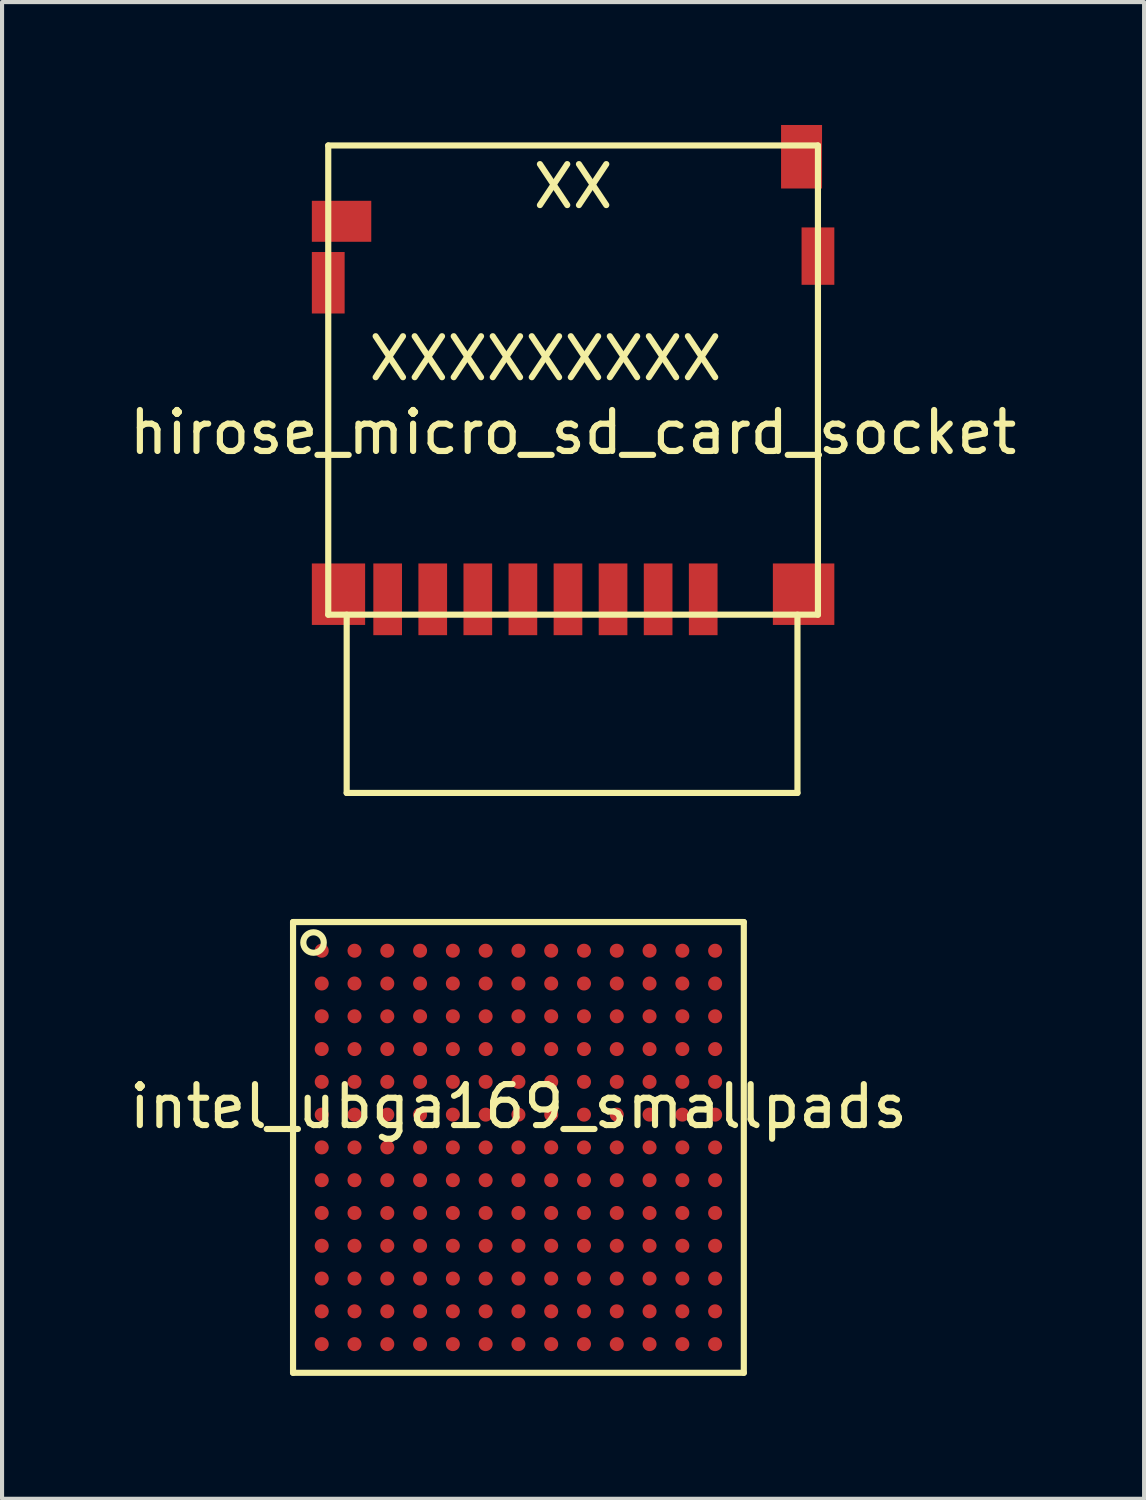
<source format=kicad_pcb>
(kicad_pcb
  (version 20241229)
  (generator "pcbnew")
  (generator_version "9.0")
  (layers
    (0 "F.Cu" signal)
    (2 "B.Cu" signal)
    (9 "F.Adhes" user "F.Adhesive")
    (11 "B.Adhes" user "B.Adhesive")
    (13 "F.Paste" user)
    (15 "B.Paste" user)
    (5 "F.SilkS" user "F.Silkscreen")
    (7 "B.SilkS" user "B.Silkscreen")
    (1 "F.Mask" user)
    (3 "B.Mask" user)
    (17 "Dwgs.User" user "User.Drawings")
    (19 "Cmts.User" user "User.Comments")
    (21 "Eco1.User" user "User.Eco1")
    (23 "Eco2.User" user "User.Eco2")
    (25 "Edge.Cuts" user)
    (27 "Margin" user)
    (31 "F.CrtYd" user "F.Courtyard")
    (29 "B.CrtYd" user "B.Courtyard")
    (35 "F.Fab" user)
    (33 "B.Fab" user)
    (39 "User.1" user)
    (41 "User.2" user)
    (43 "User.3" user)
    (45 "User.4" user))
  (footprint "intel_ubga169_smallpads"
    (layer "F.Cu")
    (at 9.601 24.95)
    (property "Reference" "intel_ubga169_smallpads" (at 0 -1 0) (layer "F.SilkS") (effects (font (size 1 1) (thickness 0.15))))
    (attr through_hole)
    (fp_line (start -5.5 -5.5) (end -5.5 5.5) (stroke (width 0.15) (type solid)) (layer "F.SilkS"))
    (fp_line (start -5.5 5.5) (end 5.5 5.5) (stroke (width 0.15) (type solid)) (layer "F.SilkS"))
    (fp_line (start 5.5 -5.5) (end -5.5 -5.5) (stroke (width 0.15) (type solid)) (layer "F.SilkS"))
    (fp_line (start 5.5 5.5) (end 5.5 -5.5) (stroke (width 0.15) (type solid)) (layer "F.SilkS"))
    (fp_circle (center -5 -5) (end -5 -4.75) (stroke (width 0.15) (type solid)) (fill no) (layer "F.SilkS"))
    (pad "A1" smd circle (at -4.8 -4.8) (size 0.342 0.342) (layers "F.Cu" "F.Mask" "F.Paste"))
    (pad "A2" smd circle (at -4 -4.8) (size 0.342 0.342) (layers "F.Cu" "F.Mask" "F.Paste"))
    (pad "A3" smd circle (at -3.2 -4.8) (size 0.342 0.342) (layers "F.Cu" "F.Mask" "F.Paste"))
    (pad "A4" smd circle (at -2.4 -4.8) (size 0.342 0.342) (layers "F.Cu" "F.Mask" "F.Paste"))
    (pad "A5" smd circle (at -1.6 -4.8) (size 0.342 0.342) (layers "F.Cu" "F.Mask" "F.Paste"))
    (pad "A6" smd circle (at -0.8 -4.8) (size 0.342 0.342) (layers "F.Cu" "F.Mask" "F.Paste"))
    (pad "A7" smd circle (at 0 -4.8) (size 0.342 0.342) (layers "F.Cu" "F.Mask" "F.Paste"))
    (pad "A8" smd circle (at 0.8 -4.8) (size 0.342 0.342) (layers "F.Cu" "F.Mask" "F.Paste"))
    (pad "A9" smd circle (at 1.6 -4.8) (size 0.342 0.342) (layers "F.Cu" "F.Mask" "F.Paste"))
    (pad "A10" smd circle (at 2.4 -4.8) (size 0.342 0.342) (layers "F.Cu" "F.Mask" "F.Paste"))
    (pad "A11" smd circle (at 3.2 -4.8) (size 0.342 0.342) (layers "F.Cu" "F.Mask" "F.Paste"))
    (pad "A12" smd circle (at 4 -4.8) (size 0.342 0.342) (layers "F.Cu" "F.Mask" "F.Paste"))
    (pad "A13" smd circle (at 4.8 -4.8) (size 0.342 0.342) (layers "F.Cu" "F.Mask" "F.Paste"))
    (pad "B1" smd circle (at -4.8 -4) (size 0.342 0.342) (layers "F.Cu" "F.Mask" "F.Paste"))
    (pad "B2" smd circle (at -4 -4) (size 0.342 0.342) (layers "F.Cu" "F.Mask" "F.Paste"))
    (pad "B3" smd circle (at -3.2 -4) (size 0.342 0.342) (layers "F.Cu" "F.Mask" "F.Paste"))
    (pad "B4" smd circle (at -2.4 -4) (size 0.342 0.342) (layers "F.Cu" "F.Mask" "F.Paste"))
    (pad "B5" smd circle (at -1.6 -4) (size 0.342 0.342) (layers "F.Cu" "F.Mask" "F.Paste"))
    (pad "B6" smd circle (at -0.8 -4) (size 0.342 0.342) (layers "F.Cu" "F.Mask" "F.Paste"))
    (pad "B7" smd circle (at 0 -4) (size 0.342 0.342) (layers "F.Cu" "F.Mask" "F.Paste"))
    (pad "B8" smd circle (at 0.8 -4) (size 0.342 0.342) (layers "F.Cu" "F.Mask" "F.Paste"))
    (pad "B9" smd circle (at 1.6 -4) (size 0.342 0.342) (layers "F.Cu" "F.Mask" "F.Paste"))
    (pad "B10" smd circle (at 2.4 -4) (size 0.342 0.342) (layers "F.Cu" "F.Mask" "F.Paste"))
    (pad "B11" smd circle (at 3.2 -4) (size 0.342 0.342) (layers "F.Cu" "F.Mask" "F.Paste"))
    (pad "B12" smd circle (at 4 -4) (size 0.342 0.342) (layers "F.Cu" "F.Mask" "F.Paste"))
    (pad "B13" smd circle (at 4.8 -4) (size 0.342 0.342) (layers "F.Cu" "F.Mask" "F.Paste"))
    (pad "C1" smd circle (at -4.8 -3.2) (size 0.342 0.342) (layers "F.Cu" "F.Mask" "F.Paste"))
    (pad "C2" smd circle (at -4 -3.2) (size 0.342 0.342) (layers "F.Cu" "F.Mask" "F.Paste"))
    (pad "C3" smd circle (at -3.2 -3.2) (size 0.342 0.342) (layers "F.Cu" "F.Mask" "F.Paste"))
    (pad "C4" smd circle (at -2.4 -3.2) (size 0.342 0.342) (layers "F.Cu" "F.Mask" "F.Paste"))
    (pad "C5" smd circle (at -1.6 -3.2) (size 0.342 0.342) (layers "F.Cu" "F.Mask" "F.Paste"))
    (pad "C6" smd circle (at -0.8 -3.2) (size 0.342 0.342) (layers "F.Cu" "F.Mask" "F.Paste"))
    (pad "C7" smd circle (at 0 -3.2) (size 0.342 0.342) (layers "F.Cu" "F.Mask" "F.Paste"))
    (pad "C8" smd circle (at 0.8 -3.2) (size 0.342 0.342) (layers "F.Cu" "F.Mask" "F.Paste"))
    (pad "C9" smd circle (at 1.6 -3.2) (size 0.342 0.342) (layers "F.Cu" "F.Mask" "F.Paste"))
    (pad "C10" smd circle (at 2.4 -3.2) (size 0.342 0.342) (layers "F.Cu" "F.Mask" "F.Paste"))
    (pad "C11" smd circle (at 3.2 -3.2) (size 0.342 0.342) (layers "F.Cu" "F.Mask" "F.Paste"))
    (pad "C12" smd circle (at 4 -3.2) (size 0.342 0.342) (layers "F.Cu" "F.Mask" "F.Paste"))
    (pad "C13" smd circle (at 4.8 -3.2) (size 0.342 0.342) (layers "F.Cu" "F.Mask" "F.Paste"))
    (pad "D1" smd circle (at -4.8 -2.4) (size 0.342 0.342) (layers "F.Cu" "F.Mask" "F.Paste"))
    (pad "D2" smd circle (at -4 -2.4) (size 0.342 0.342) (layers "F.Cu" "F.Mask" "F.Paste"))
    (pad "D3" smd circle (at -3.2 -2.4) (size 0.342 0.342) (layers "F.Cu" "F.Mask" "F.Paste"))
    (pad "D4" smd circle (at -2.4 -2.4) (size 0.342 0.342) (layers "F.Cu" "F.Mask" "F.Paste"))
    (pad "D5" smd circle (at -1.6 -2.4) (size 0.342 0.342) (layers "F.Cu" "F.Mask" "F.Paste"))
    (pad "D6" smd circle (at -0.8 -2.4) (size 0.342 0.342) (layers "F.Cu" "F.Mask" "F.Paste"))
    (pad "D7" smd circle (at 0 -2.4) (size 0.342 0.342) (layers "F.Cu" "F.Mask" "F.Paste"))
    (pad "D8" smd circle (at 0.8 -2.4) (size 0.342 0.342) (layers "F.Cu" "F.Mask" "F.Paste"))
    (pad "D9" smd circle (at 1.6 -2.4) (size 0.342 0.342) (layers "F.Cu" "F.Mask" "F.Paste"))
    (pad "D10" smd circle (at 2.4 -2.4) (size 0.342 0.342) (layers "F.Cu" "F.Mask" "F.Paste"))
    (pad "D11" smd circle (at 3.2 -2.4) (size 0.342 0.342) (layers "F.Cu" "F.Mask" "F.Paste"))
    (pad "D12" smd circle (at 4 -2.4) (size 0.342 0.342) (layers "F.Cu" "F.Mask" "F.Paste"))
    (pad "D13" smd circle (at 4.8 -2.4) (size 0.342 0.342) (layers "F.Cu" "F.Mask" "F.Paste"))
    (pad "E1" smd circle (at -4.8 -1.6) (size 0.342 0.342) (layers "F.Cu" "F.Mask" "F.Paste"))
    (pad "E2" smd circle (at -4 -1.6) (size 0.342 0.342) (layers "F.Cu" "F.Mask" "F.Paste"))
    (pad "E3" smd circle (at -3.2 -1.6) (size 0.342 0.342) (layers "F.Cu" "F.Mask" "F.Paste"))
    (pad "E4" smd circle (at -2.4 -1.6) (size 0.342 0.342) (layers "F.Cu" "F.Mask" "F.Paste"))
    (pad "E5" smd circle (at -1.6 -1.6) (size 0.342 0.342) (layers "F.Cu" "F.Mask" "F.Paste"))
    (pad "E6" smd circle (at -0.8 -1.6) (size 0.342 0.342) (layers "F.Cu" "F.Mask" "F.Paste"))
    (pad "E7" smd circle (at 0 -1.6) (size 0.342 0.342) (layers "F.Cu" "F.Mask" "F.Paste"))
    (pad "E8" smd circle (at 0.8 -1.6) (size 0.342 0.342) (layers "F.Cu" "F.Mask" "F.Paste"))
    (pad "E9" smd circle (at 1.6 -1.6) (size 0.342 0.342) (layers "F.Cu" "F.Mask" "F.Paste"))
    (pad "E10" smd circle (at 2.4 -1.6) (size 0.342 0.342) (layers "F.Cu" "F.Mask" "F.Paste"))
    (pad "E11" smd circle (at 3.2 -1.6) (size 0.342 0.342) (layers "F.Cu" "F.Mask" "F.Paste"))
    (pad "E12" smd circle (at 4 -1.6) (size 0.342 0.342) (layers "F.Cu" "F.Mask" "F.Paste"))
    (pad "E13" smd circle (at 4.8 -1.6) (size 0.342 0.342) (layers "F.Cu" "F.Mask" "F.Paste"))
    (pad "F1" smd circle (at -4.8 -0.8) (size 0.342 0.342) (layers "F.Cu" "F.Mask" "F.Paste"))
    (pad "F2" smd circle (at -4 -0.8) (size 0.342 0.342) (layers "F.Cu" "F.Mask" "F.Paste"))
    (pad "F3" smd circle (at -3.2 -0.8) (size 0.342 0.342) (layers "F.Cu" "F.Mask" "F.Paste"))
    (pad "F4" smd circle (at -2.4 -0.8) (size 0.342 0.342) (layers "F.Cu" "F.Mask" "F.Paste"))
    (pad "F5" smd circle (at -1.6 -0.8) (size 0.342 0.342) (layers "F.Cu" "F.Mask" "F.Paste"))
    (pad "F6" smd circle (at -0.8 -0.8) (size 0.342 0.342) (layers "F.Cu" "F.Mask" "F.Paste"))
    (pad "F7" smd circle (at 0 -0.8) (size 0.342 0.342) (layers "F.Cu" "F.Mask" "F.Paste"))
    (pad "F8" smd circle (at 0.8 -0.8) (size 0.342 0.342) (layers "F.Cu" "F.Mask" "F.Paste"))
    (pad "F9" smd circle (at 1.6 -0.8) (size 0.342 0.342) (layers "F.Cu" "F.Mask" "F.Paste"))
    (pad "F10" smd circle (at 2.4 -0.8) (size 0.342 0.342) (layers "F.Cu" "F.Mask" "F.Paste"))
    (pad "F11" smd circle (at 3.2 -0.8) (size 0.342 0.342) (layers "F.Cu" "F.Mask" "F.Paste"))
    (pad "F12" smd circle (at 4 -0.8) (size 0.342 0.342) (layers "F.Cu" "F.Mask" "F.Paste"))
    (pad "F13" smd circle (at 4.8 -0.8) (size 0.342 0.342) (layers "F.Cu" "F.Mask" "F.Paste"))
    (pad "G1" smd circle (at -4.8 0) (size 0.342 0.342) (layers "F.Cu" "F.Mask" "F.Paste"))
    (pad "G2" smd circle (at -4 0) (size 0.342 0.342) (layers "F.Cu" "F.Mask" "F.Paste"))
    (pad "G3" smd circle (at -3.2 0) (size 0.342 0.342) (layers "F.Cu" "F.Mask" "F.Paste"))
    (pad "G4" smd circle (at -2.4 0) (size 0.342 0.342) (layers "F.Cu" "F.Mask" "F.Paste"))
    (pad "G5" smd circle (at -1.6 0) (size 0.342 0.342) (layers "F.Cu" "F.Mask" "F.Paste"))
    (pad "G6" smd circle (at -0.8 0) (size 0.342 0.342) (layers "F.Cu" "F.Mask" "F.Paste"))
    (pad "G7" smd circle (at 0 0) (size 0.342 0.342) (layers "F.Cu" "F.Mask" "F.Paste"))
    (pad "G8" smd circle (at 0.8 0) (size 0.342 0.342) (layers "F.Cu" "F.Mask" "F.Paste"))
    (pad "G9" smd circle (at 1.6 0) (size 0.342 0.342) (layers "F.Cu" "F.Mask" "F.Paste"))
    (pad "G10" smd circle (at 2.4 0) (size 0.342 0.342) (layers "F.Cu" "F.Mask" "F.Paste"))
    (pad "G11" smd circle (at 3.2 0) (size 0.342 0.342) (layers "F.Cu" "F.Mask" "F.Paste"))
    (pad "G12" smd circle (at 4 0) (size 0.342 0.342) (layers "F.Cu" "F.Mask" "F.Paste"))
    (pad "G13" smd circle (at 4.8 0) (size 0.342 0.342) (layers "F.Cu" "F.Mask" "F.Paste"))
    (pad "H1" smd circle (at -4.8 0.8) (size 0.342 0.342) (layers "F.Cu" "F.Mask" "F.Paste"))
    (pad "H2" smd circle (at -4 0.8) (size 0.342 0.342) (layers "F.Cu" "F.Mask" "F.Paste"))
    (pad "H3" smd circle (at -3.2 0.8) (size 0.342 0.342) (layers "F.Cu" "F.Mask" "F.Paste"))
    (pad "H4" smd circle (at -2.4 0.8) (size 0.342 0.342) (layers "F.Cu" "F.Mask" "F.Paste"))
    (pad "H5" smd circle (at -1.6 0.8) (size 0.342 0.342) (layers "F.Cu" "F.Mask" "F.Paste"))
    (pad "H6" smd circle (at -0.8 0.8) (size 0.342 0.342) (layers "F.Cu" "F.Mask" "F.Paste"))
    (pad "H7" smd circle (at 0 0.8) (size 0.342 0.342) (layers "F.Cu" "F.Mask" "F.Paste"))
    (pad "H8" smd circle (at 0.8 0.8) (size 0.342 0.342) (layers "F.Cu" "F.Mask" "F.Paste"))
    (pad "H9" smd circle (at 1.6 0.8) (size 0.342 0.342) (layers "F.Cu" "F.Mask" "F.Paste"))
    (pad "H10" smd circle (at 2.4 0.8) (size 0.342 0.342) (layers "F.Cu" "F.Mask" "F.Paste"))
    (pad "H11" smd circle (at 3.2 0.8) (size 0.342 0.342) (layers "F.Cu" "F.Mask" "F.Paste"))
    (pad "H12" smd circle (at 4 0.8) (size 0.342 0.342) (layers "F.Cu" "F.Mask" "F.Paste"))
    (pad "H13" smd circle (at 4.8 0.8) (size 0.342 0.342) (layers "F.Cu" "F.Mask" "F.Paste"))
    (pad "J1" smd circle (at -4.8 1.6) (size 0.342 0.342) (layers "F.Cu" "F.Mask" "F.Paste"))
    (pad "J2" smd circle (at -4 1.6) (size 0.342 0.342) (layers "F.Cu" "F.Mask" "F.Paste"))
    (pad "J3" smd circle (at -3.2 1.6) (size 0.342 0.342) (layers "F.Cu" "F.Mask" "F.Paste"))
    (pad "J4" smd circle (at -2.4 1.6) (size 0.342 0.342) (layers "F.Cu" "F.Mask" "F.Paste"))
    (pad "J5" smd circle (at -1.6 1.6) (size 0.342 0.342) (layers "F.Cu" "F.Mask" "F.Paste"))
    (pad "J6" smd circle (at -0.8 1.6) (size 0.342 0.342) (layers "F.Cu" "F.Mask" "F.Paste"))
    (pad "J7" smd circle (at 0 1.6) (size 0.342 0.342) (layers "F.Cu" "F.Mask" "F.Paste"))
    (pad "J8" smd circle (at 0.8 1.6) (size 0.342 0.342) (layers "F.Cu" "F.Mask" "F.Paste"))
    (pad "J9" smd circle (at 1.6 1.6) (size 0.342 0.342) (layers "F.Cu" "F.Mask" "F.Paste"))
    (pad "J10" smd circle (at 2.4 1.6) (size 0.342 0.342) (layers "F.Cu" "F.Mask" "F.Paste"))
    (pad "J11" smd circle (at 3.2 1.6) (size 0.342 0.342) (layers "F.Cu" "F.Mask" "F.Paste"))
    (pad "J12" smd circle (at 4 1.6) (size 0.342 0.342) (layers "F.Cu" "F.Mask" "F.Paste"))
    (pad "J13" smd circle (at 4.8 1.6) (size 0.342 0.342) (layers "F.Cu" "F.Mask" "F.Paste"))
    (pad "K1" smd circle (at -4.8 2.4) (size 0.342 0.342) (layers "F.Cu" "F.Mask" "F.Paste"))
    (pad "K2" smd circle (at -4 2.4) (size 0.342 0.342) (layers "F.Cu" "F.Mask" "F.Paste"))
    (pad "K3" smd circle (at -3.2 2.4) (size 0.342 0.342) (layers "F.Cu" "F.Mask" "F.Paste"))
    (pad "K4" smd circle (at -2.4 2.4) (size 0.342 0.342) (layers "F.Cu" "F.Mask" "F.Paste"))
    (pad "K5" smd circle (at -1.6 2.4) (size 0.342 0.342) (layers "F.Cu" "F.Mask" "F.Paste"))
    (pad "K6" smd circle (at -0.8 2.4) (size 0.342 0.342) (layers "F.Cu" "F.Mask" "F.Paste"))
    (pad "K7" smd circle (at 0 2.4) (size 0.342 0.342) (layers "F.Cu" "F.Mask" "F.Paste"))
    (pad "K8" smd circle (at 0.8 2.4) (size 0.342 0.342) (layers "F.Cu" "F.Mask" "F.Paste"))
    (pad "K9" smd circle (at 1.6 2.4) (size 0.342 0.342) (layers "F.Cu" "F.Mask" "F.Paste"))
    (pad "K10" smd circle (at 2.4 2.4) (size 0.342 0.342) (layers "F.Cu" "F.Mask" "F.Paste"))
    (pad "K11" smd circle (at 3.2 2.4) (size 0.342 0.342) (layers "F.Cu" "F.Mask" "F.Paste"))
    (pad "K12" smd circle (at 4 2.4) (size 0.342 0.342) (layers "F.Cu" "F.Mask" "F.Paste"))
    (pad "K13" smd circle (at 4.8 2.4) (size 0.342 0.342) (layers "F.Cu" "F.Mask" "F.Paste"))
    (pad "L1" smd circle (at -4.8 3.2) (size 0.342 0.342) (layers "F.Cu" "F.Mask" "F.Paste"))
    (pad "L2" smd circle (at -4 3.2) (size 0.342 0.342) (layers "F.Cu" "F.Mask" "F.Paste"))
    (pad "L3" smd circle (at -3.2 3.2) (size 0.342 0.342) (layers "F.Cu" "F.Mask" "F.Paste"))
    (pad "L4" smd circle (at -2.4 3.2) (size 0.342 0.342) (layers "F.Cu" "F.Mask" "F.Paste"))
    (pad "L5" smd circle (at -1.6 3.2) (size 0.342 0.342) (layers "F.Cu" "F.Mask" "F.Paste"))
    (pad "L6" smd circle (at -0.8 3.2) (size 0.342 0.342) (layers "F.Cu" "F.Mask" "F.Paste"))
    (pad "L7" smd circle (at 0 3.2) (size 0.342 0.342) (layers "F.Cu" "F.Mask" "F.Paste"))
    (pad "L8" smd circle (at 0.8 3.2) (size 0.342 0.342) (layers "F.Cu" "F.Mask" "F.Paste"))
    (pad "L9" smd circle (at 1.6 3.2) (size 0.342 0.342) (layers "F.Cu" "F.Mask" "F.Paste"))
    (pad "L10" smd circle (at 2.4 3.2) (size 0.342 0.342) (layers "F.Cu" "F.Mask" "F.Paste"))
    (pad "L11" smd circle (at 3.2 3.2) (size 0.342 0.342) (layers "F.Cu" "F.Mask" "F.Paste"))
    (pad "L12" smd circle (at 4 3.2) (size 0.342 0.342) (layers "F.Cu" "F.Mask" "F.Paste"))
    (pad "L13" smd circle (at 4.8 3.2) (size 0.342 0.342) (layers "F.Cu" "F.Mask" "F.Paste"))
    (pad "M1" smd circle (at -4.8 4) (size 0.342 0.342) (layers "F.Cu" "F.Mask" "F.Paste"))
    (pad "M2" smd circle (at -4 4) (size 0.342 0.342) (layers "F.Cu" "F.Mask" "F.Paste"))
    (pad "M3" smd circle (at -3.2 4) (size 0.342 0.342) (layers "F.Cu" "F.Mask" "F.Paste"))
    (pad "M4" smd circle (at -2.4 4) (size 0.342 0.342) (layers "F.Cu" "F.Mask" "F.Paste"))
    (pad "M5" smd circle (at -1.6 4) (size 0.342 0.342) (layers "F.Cu" "F.Mask" "F.Paste"))
    (pad "M6" smd circle (at -0.8 4) (size 0.342 0.342) (layers "F.Cu" "F.Mask" "F.Paste"))
    (pad "M7" smd circle (at 0 4) (size 0.342 0.342) (layers "F.Cu" "F.Mask" "F.Paste"))
    (pad "M8" smd circle (at 0.8 4) (size 0.342 0.342) (layers "F.Cu" "F.Mask" "F.Paste"))
    (pad "M9" smd circle (at 1.6 4) (size 0.342 0.342) (layers "F.Cu" "F.Mask" "F.Paste"))
    (pad "M10" smd circle (at 2.4 4) (size 0.342 0.342) (layers "F.Cu" "F.Mask" "F.Paste"))
    (pad "M11" smd circle (at 3.2 4) (size 0.342 0.342) (layers "F.Cu" "F.Mask" "F.Paste"))
    (pad "M12" smd circle (at 4 4) (size 0.342 0.342) (layers "F.Cu" "F.Mask" "F.Paste"))
    (pad "M13" smd circle (at 4.8 4) (size 0.342 0.342) (layers "F.Cu" "F.Mask" "F.Paste"))
    (pad "N1" smd circle (at -4.8 4.8) (size 0.342 0.342) (layers "F.Cu" "F.Mask" "F.Paste"))
    (pad "N2" smd circle (at -4 4.8) (size 0.342 0.342) (layers "F.Cu" "F.Mask" "F.Paste"))
    (pad "N3" smd circle (at -3.2 4.8) (size 0.342 0.342) (layers "F.Cu" "F.Mask" "F.Paste"))
    (pad "N4" smd circle (at -2.4 4.8) (size 0.342 0.342) (layers "F.Cu" "F.Mask" "F.Paste"))
    (pad "N5" smd circle (at -1.6 4.8) (size 0.342 0.342) (layers "F.Cu" "F.Mask" "F.Paste"))
    (pad "N6" smd circle (at -0.8 4.8) (size 0.342 0.342) (layers "F.Cu" "F.Mask" "F.Paste"))
    (pad "N7" smd circle (at 0 4.8) (size 0.342 0.342) (layers "F.Cu" "F.Mask" "F.Paste"))
    (pad "N8" smd circle (at 0.8 4.8) (size 0.342 0.342) (layers "F.Cu" "F.Mask" "F.Paste"))
    (pad "N9" smd circle (at 1.6 4.8) (size 0.342 0.342) (layers "F.Cu" "F.Mask" "F.Paste"))
    (pad "N10" smd circle (at 2.4 4.8) (size 0.342 0.342) (layers "F.Cu" "F.Mask" "F.Paste"))
    (pad "N11" smd circle (at 3.2 4.8) (size 0.342 0.342) (layers "F.Cu" "F.Mask" "F.Paste"))
    (pad "N12" smd circle (at 4 4.8) (size 0.342 0.342) (layers "F.Cu" "F.Mask" "F.Paste"))
    (pad "N13" smd circle (at 4.8 4.8) (size 0.342 0.342) (layers "F.Cu" "F.Mask" "F.Paste")))
  (footprint "hirose_micro_sd_card_socket"
    (layer "F.Cu")
    (at 10.935 0.5)
    (property "Reference" "hirose_micro_sd_card_socket" (at 0 7 0) (layer "F.SilkS") (effects (font (size 1 1) (thickness 0.15))))
    (attr through_hole)
    (fp_line (start -5.975 0) (end -5.975 11.45) (stroke (width 0.15) (type solid)) (layer "F.SilkS"))
    (fp_line (start -5.975 0) (end 5.975 0) (stroke (width 0.15) (type solid)) (layer "F.SilkS"))
    (fp_line (start -5.975 11.45) (end 5.975 11.45) (stroke (width 0.15) (type solid)) (layer "F.SilkS"))
    (fp_line (start -5.525 11.45) (end -5.525 15.8) (stroke (width 0.15) (type solid)) (layer "F.SilkS"))
    (fp_line (start -5.525 15.8) (end 5.475 15.8) (stroke (width 0.15) (type solid)) (layer "F.SilkS"))
    (fp_line (start 5.475 15.8) (end 5.475 11.45) (stroke (width 0.15) (type solid)) (layer "F.SilkS"))
    (fp_line (start 5.975 0) (end 5.975 11.45) (stroke (width 0.15) (type solid)) (layer "F.SilkS"))
    (fp_text user "XXXXXXXXX" (at -0.675 5.2 0) (layer "F.SilkS") (effects (font (size 1 1) (thickness 0.15))))
    (fp_text user "XX" (at 0 1 0) (layer "F.SilkS") (effects (font (size 1 1) (thickness 0.15))))
    (pad "1" smd rect (at 3.175 11.075) (size 0.7 1.75) (layers "F.Cu" "F.Mask" "F.Paste"))
    (pad "2" smd rect (at 2.075 11.075) (size 0.7 1.75) (layers "F.Cu" "F.Mask" "F.Paste"))
    (pad "3" smd rect (at 0.975 11.075) (size 0.7 1.75) (layers "F.Cu" "F.Mask" "F.Paste"))
    (pad "4" smd rect (at -0.125 11.075) (size 0.7 1.75) (layers "F.Cu" "F.Mask" "F.Paste"))
    (pad "5" smd rect (at -1.225 11.075) (size 0.7 1.75) (layers "F.Cu" "F.Mask" "F.Paste"))
    (pad "6" smd rect (at -2.325 11.075) (size 0.7 1.75) (layers "F.Cu" "F.Mask" "F.Paste"))
    (pad "7" smd rect (at -3.425 11.075) (size 0.7 1.75) (layers "F.Cu" "F.Mask" "F.Paste"))
    (pad "8" smd rect (at -4.525 11.075) (size 0.7 1.75) (layers "F.Cu" "F.Mask" "F.Paste"))
    (pad "CDA" smd rect (at 5.575 0.275) (size 1 1.55) (layers "F.Cu" "F.Mask" "F.Paste"))
    (pad "CDB" smd rect (at -5.65 1.85) (size 1.45 1) (layers "F.Cu" "F.Mask" "F.Paste"))
    (pad "SH1" smd rect (at -5.725 10.95) (size 1.3 1.5) (layers "F.Cu" "F.Mask" "F.Paste"))
    (pad "SH2" smd rect (at 5.625 10.95) (size 1.5 1.5) (layers "F.Cu" "F.Mask" "F.Paste"))
    (pad "SH3" smd rect (at -5.975 3.35) (size 0.8 1.5) (layers "F.Cu" "F.Mask" "F.Paste"))
    (pad "SH4" smd rect (at 5.975 2.7) (size 0.8 1.4) (layers "F.Cu" "F.Mask" "F.Paste")))
  (gr_rect
    (start -3 -3)
    (end 24.869 33.525)
    (stroke (width 0.1) (type default))
    (fill no)
    (layer "Edge.Cuts")))
</source>
